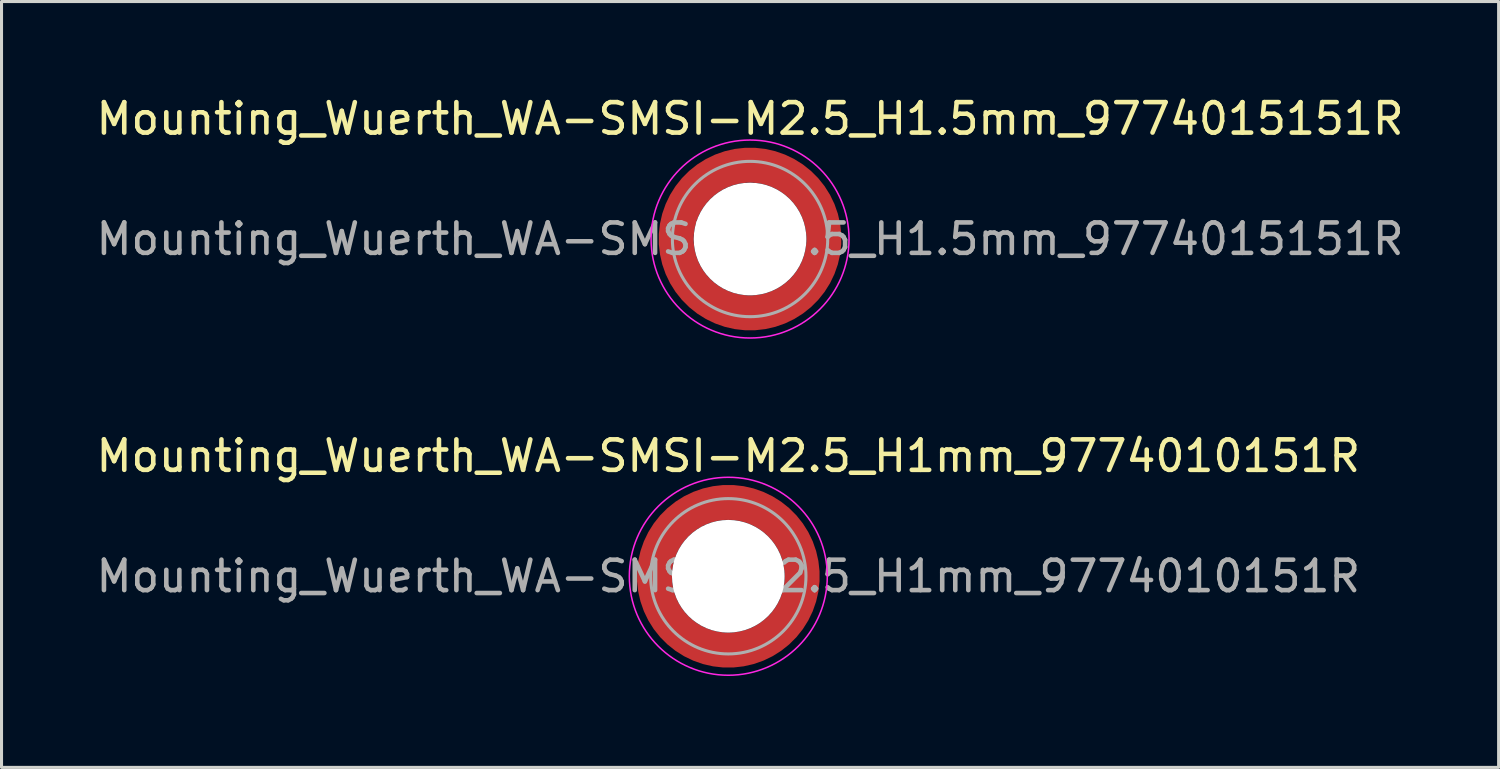
<source format=kicad_pcb>
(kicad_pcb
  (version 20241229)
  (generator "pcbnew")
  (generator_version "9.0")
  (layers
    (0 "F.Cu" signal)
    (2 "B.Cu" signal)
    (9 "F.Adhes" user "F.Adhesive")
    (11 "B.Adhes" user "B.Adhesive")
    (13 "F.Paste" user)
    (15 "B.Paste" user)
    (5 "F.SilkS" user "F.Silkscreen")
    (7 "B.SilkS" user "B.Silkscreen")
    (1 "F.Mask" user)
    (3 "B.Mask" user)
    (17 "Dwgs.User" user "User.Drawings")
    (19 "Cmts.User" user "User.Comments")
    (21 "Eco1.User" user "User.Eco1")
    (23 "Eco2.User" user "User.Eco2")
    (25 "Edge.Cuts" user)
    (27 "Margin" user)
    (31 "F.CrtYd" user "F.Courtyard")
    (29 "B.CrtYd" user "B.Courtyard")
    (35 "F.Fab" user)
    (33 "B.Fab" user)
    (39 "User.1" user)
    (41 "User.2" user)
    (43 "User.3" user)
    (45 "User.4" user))
  (footprint "Mounting_Wuerth_WA-SMSI-M2.5_H1.5mm_9774015151R"
    (layer "F.Cu")
    (at 21.577 4.798)
    (property "Reference" "Mounting_Wuerth_WA-SMSI-M2.5_H1.5mm_9774015151R" (at 0 -3.95 0) (layer "F.SilkS") (effects (font (size 1 1) (thickness 0.15))))
    (attr smd allow_soldermask_bridges)
    (fp_circle (center 0 0) (end 3.25 0) (stroke (width 0.05) (type solid)) (fill no) (layer "F.CrtYd"))
    (fp_circle (center 0 0) (end 2.55 0) (stroke (width 0.1) (type solid)) (fill no) (layer "F.Fab"))
    (fp_text user "${REFERENCE}" (at 0 0 0) (layer "F.Fab") (effects (font (size 1 1) (thickness 0.15))))
    (pad "" smd custom (at -1.704 -1.704) (size 0.51 0.51) (layers "F.Paste") (options (anchor circle)) (primitives (gr_arc (start -0.250195 1.279127) (mid 0.289914 0.289914) (end 1.279127 -0.250195) (width 0.2)) (gr_arc (start -0.34334 1.279127) (mid 0.225488 0.225488) (end 1.279127 -0.34334) (width 0.2)) (gr_arc (start -0.436309 1.279127) (mid 0.161063 0.161063) (end 1.279127 -0.436309) (width 0.2)) (gr_arc (start -0.529126 1.279127) (mid 0.096638 0.096638) (end 1.279127 -0.529126) (width 0.2)) (gr_arc (start -0.621807 1.279127) (mid 0.032213 0.032213) (end 1.279127 -0.621807) (width 0.2)) (gr_arc (start -0.71437 1.279127) (mid -0.032213 -0.032213) (end 1.279127 -0.71437) (width 0.2)) (gr_arc (start -0.806826 1.279127) (mid -0.096638 -0.096638) (end 1.279127 -0.806826) (width 0.2)) (gr_arc (start -0.899187 1.279127) (mid -0.161063 -0.161063) (end 1.279127 -0.899187) (width 0.2)) (gr_arc (start -0.991463 1.279127) (mid -0.225488 -0.225488) (end 1.279127 -0.991463) (width 0.2)) (gr_arc (start -1.083663 1.279127) (mid -0.289914 -0.289914) (end 1.279127 -1.083663) (width 0.2)) (gr_line (start 1.279 -0.25) (end 1.279 -1.084) (width 0.2)) (gr_line (start -0.25 1.279) (end -1.084 1.279) (width 0.2))))
    (pad "" smd custom (at -1.704 1.704) (size 0.51 0.51) (layers "F.Paste") (options (anchor circle)) (primitives (gr_arc (start 1.279127 0.250195) (mid 0.289914 -0.289914) (end -0.250195 -1.279127) (width 0.2)) (gr_arc (start 1.279127 0.34334) (mid 0.225488 -0.225488) (end -0.34334 -1.279127) (width 0.2)) (gr_arc (start 1.279127 0.436309) (mid 0.161063 -0.161063) (end -0.436309 -1.279127) (width 0.2)) (gr_arc (start 1.279127 0.529126) (mid 0.096638 -0.096638) (end -0.529126 -1.279127) (width 0.2)) (gr_arc (start 1.279127 0.621807) (mid 0.032213 -0.032213) (end -0.621807 -1.279127) (width 0.2)) (gr_arc (start 1.279127 0.71437) (mid -0.032213 0.032213) (end -0.71437 -1.279127) (width 0.2)) (gr_arc (start 1.279127 0.806826) (mid -0.096638 0.096638) (end -0.806826 -1.279127) (width 0.2)) (gr_arc (start 1.279127 0.899187) (mid -0.161063 0.161063) (end -0.899187 -1.279127) (width 0.2)) (gr_arc (start 1.279127 0.991463) (mid -0.225488 0.225488) (end -0.991463 -1.279127) (width 0.2)) (gr_arc (start 1.279127 1.083663) (mid -0.289914 0.289914) (end -1.083663 -1.279127) (width 0.2)) (gr_line (start -0.25 -1.279) (end -1.084 -1.279) (width 0.2)) (gr_line (start 1.279 0.25) (end 1.279 1.084) (width 0.2))))
    (pad "" np_thru_hole circle (at 0 0) (size 3.7 3.7) (drill 3.7) (layers "*.Cu" "*.Mask"))
    (pad "" smd custom (at 1.704 -1.704) (size 0.51 0.51) (layers "F.Paste") (options (anchor circle)) (primitives (gr_arc (start -1.279127 -0.250195) (mid -0.289914 0.289914) (end 0.250195 1.279127) (width 0.2)) (gr_arc (start -1.279127 -0.34334) (mid -0.225488 0.225488) (end 0.34334 1.279127) (width 0.2)) (gr_arc (start -1.279127 -0.436309) (mid -0.161063 0.161063) (end 0.436309 1.279127) (width 0.2)) (gr_arc (start -1.279127 -0.529126) (mid -0.096638 0.096638) (end 0.529126 1.279127) (width 0.2)) (gr_arc (start -1.279127 -0.621807) (mid -0.032213 0.032213) (end 0.621807 1.279127) (width 0.2)) (gr_arc (start -1.279127 -0.71437) (mid 0.032213 -0.032213) (end 0.71437 1.279127) (width 0.2)) (gr_arc (start -1.279127 -0.806826) (mid 0.096638 -0.096638) (end 0.806826 1.279127) (width 0.2)) (gr_arc (start -1.279127 -0.899187) (mid 0.161063 -0.161063) (end 0.899187 1.279127) (width 0.2)) (gr_arc (start -1.279127 -0.991463) (mid 0.225488 -0.225488) (end 0.991463 1.279127) (width 0.2)) (gr_arc (start -1.279127 -1.083663) (mid 0.289914 -0.289914) (end 1.083663 1.279127) (width 0.2)) (gr_line (start 0.25 1.279) (end 1.084 1.279) (width 0.2)) (gr_line (start -1.279 -0.25) (end -1.279 -1.084) (width 0.2))))
    (pad "" smd custom (at 1.704 1.704) (size 0.51 0.51) (layers "F.Paste") (options (anchor circle)) (primitives (gr_arc (start 0.250195 -1.279127) (mid -0.289914 -0.289914) (end -1.279127 0.250195) (width 0.2)) (gr_arc (start 0.34334 -1.279127) (mid -0.225488 -0.225488) (end -1.279127 0.34334) (width 0.2)) (gr_arc (start 0.436309 -1.279127) (mid -0.161063 -0.161063) (end -1.279127 0.436309) (width 0.2)) (gr_arc (start 0.529126 -1.279127) (mid -0.096638 -0.096638) (end -1.279127 0.529126) (width 0.2)) (gr_arc (start 0.621807 -1.279127) (mid -0.032213 -0.032213) (end -1.279127 0.621807) (width 0.2)) (gr_arc (start 0.71437 -1.279127) (mid 0.032213 0.032213) (end -1.279127 0.71437) (width 0.2)) (gr_arc (start 0.806826 -1.279127) (mid 0.096638 0.096638) (end -1.279127 0.806826) (width 0.2)) (gr_arc (start 0.899187 -1.279127) (mid 0.161063 0.161063) (end -1.279127 0.899187) (width 0.2)) (gr_arc (start 0.991463 -1.279127) (mid 0.225488 0.225488) (end -1.279127 0.991463) (width 0.2)) (gr_arc (start 1.083663 -1.279127) (mid 0.289914 0.289914) (end -1.279127 1.083663) (width 0.2)) (gr_line (start -1.279 0.25) (end -1.279 1.084) (width 0.2)) (gr_line (start 0.25 -1.279) (end 1.084 -1.279) (width 0.2))))
    (pad "1" smd circle (at -2.425 0) (size 0.642 0.642) (layers "F.Cu"))
    (pad "1" smd circle (at 0 -2.425) (size 0.642 0.642) (layers "F.Cu"))
    (pad "1" smd circle (at 0 2.425) (size 0.642 0.642) (layers "F.Cu"))
    (pad "1" smd custom (at 2.425 0) (size 1.15 1.15) (layers "F.Cu" "F.Mask") (options (anchor circle)) (primitives (gr_circle (center -2.425 0) (end 0 0) (width 1.15) (fill no)))))
  (footprint "Mounting_Wuerth_WA-SMSI-M2.5_H1mm_9774010151R"
    (layer "F.Cu")
    (at 20.863 15.871)
    (property "Reference" "Mounting_Wuerth_WA-SMSI-M2.5_H1mm_9774010151R" (at 0 -3.95 0) (layer "F.SilkS") (effects (font (size 1 1) (thickness 0.15))))
    (attr smd allow_soldermask_bridges)
    (fp_circle (center 0 0) (end 3.25 0) (stroke (width 0.05) (type solid)) (fill no) (layer "F.CrtYd"))
    (fp_circle (center 0 0) (end 2.55 0) (stroke (width 0.1) (type solid)) (fill no) (layer "F.Fab"))
    (fp_text user "${REFERENCE}" (at 0 0 0) (layer "F.Fab") (effects (font (size 1 1) (thickness 0.15))))
    (pad "" smd custom (at -1.704 -1.704) (size 0.51 0.51) (layers "F.Paste") (options (anchor circle)) (primitives (gr_arc (start -0.250195 1.279127) (mid 0.289914 0.289914) (end 1.279127 -0.250195) (width 0.2)) (gr_arc (start -0.34334 1.279127) (mid 0.225488 0.225488) (end 1.279127 -0.34334) (width 0.2)) (gr_arc (start -0.436309 1.279127) (mid 0.161063 0.161063) (end 1.279127 -0.436309) (width 0.2)) (gr_arc (start -0.529126 1.279127) (mid 0.096638 0.096638) (end 1.279127 -0.529126) (width 0.2)) (gr_arc (start -0.621807 1.279127) (mid 0.032213 0.032213) (end 1.279127 -0.621807) (width 0.2)) (gr_arc (start -0.71437 1.279127) (mid -0.032213 -0.032213) (end 1.279127 -0.71437) (width 0.2)) (gr_arc (start -0.806826 1.279127) (mid -0.096638 -0.096638) (end 1.279127 -0.806826) (width 0.2)) (gr_arc (start -0.899187 1.279127) (mid -0.161063 -0.161063) (end 1.279127 -0.899187) (width 0.2)) (gr_arc (start -0.991463 1.279127) (mid -0.225488 -0.225488) (end 1.279127 -0.991463) (width 0.2)) (gr_arc (start -1.083663 1.279127) (mid -0.289914 -0.289914) (end 1.279127 -1.083663) (width 0.2)) (gr_line (start 1.279 -0.25) (end 1.279 -1.084) (width 0.2)) (gr_line (start -0.25 1.279) (end -1.084 1.279) (width 0.2))))
    (pad "" smd custom (at -1.704 1.704) (size 0.51 0.51) (layers "F.Paste") (options (anchor circle)) (primitives (gr_arc (start 1.279127 0.250195) (mid 0.289914 -0.289914) (end -0.250195 -1.279127) (width 0.2)) (gr_arc (start 1.279127 0.34334) (mid 0.225488 -0.225488) (end -0.34334 -1.279127) (width 0.2)) (gr_arc (start 1.279127 0.436309) (mid 0.161063 -0.161063) (end -0.436309 -1.279127) (width 0.2)) (gr_arc (start 1.279127 0.529126) (mid 0.096638 -0.096638) (end -0.529126 -1.279127) (width 0.2)) (gr_arc (start 1.279127 0.621807) (mid 0.032213 -0.032213) (end -0.621807 -1.279127) (width 0.2)) (gr_arc (start 1.279127 0.71437) (mid -0.032213 0.032213) (end -0.71437 -1.279127) (width 0.2)) (gr_arc (start 1.279127 0.806826) (mid -0.096638 0.096638) (end -0.806826 -1.279127) (width 0.2)) (gr_arc (start 1.279127 0.899187) (mid -0.161063 0.161063) (end -0.899187 -1.279127) (width 0.2)) (gr_arc (start 1.279127 0.991463) (mid -0.225488 0.225488) (end -0.991463 -1.279127) (width 0.2)) (gr_arc (start 1.279127 1.083663) (mid -0.289914 0.289914) (end -1.083663 -1.279127) (width 0.2)) (gr_line (start -0.25 -1.279) (end -1.084 -1.279) (width 0.2)) (gr_line (start 1.279 0.25) (end 1.279 1.084) (width 0.2))))
    (pad "" np_thru_hole circle (at 0 0) (size 3.7 3.7) (drill 3.7) (layers "*.Cu" "*.Mask"))
    (pad "" smd custom (at 1.704 -1.704) (size 0.51 0.51) (layers "F.Paste") (options (anchor circle)) (primitives (gr_arc (start -1.279127 -0.250195) (mid -0.289914 0.289914) (end 0.250195 1.279127) (width 0.2)) (gr_arc (start -1.279127 -0.34334) (mid -0.225488 0.225488) (end 0.34334 1.279127) (width 0.2)) (gr_arc (start -1.279127 -0.436309) (mid -0.161063 0.161063) (end 0.436309 1.279127) (width 0.2)) (gr_arc (start -1.279127 -0.529126) (mid -0.096638 0.096638) (end 0.529126 1.279127) (width 0.2)) (gr_arc (start -1.279127 -0.621807) (mid -0.032213 0.032213) (end 0.621807 1.279127) (width 0.2)) (gr_arc (start -1.279127 -0.71437) (mid 0.032213 -0.032213) (end 0.71437 1.279127) (width 0.2)) (gr_arc (start -1.279127 -0.806826) (mid 0.096638 -0.096638) (end 0.806826 1.279127) (width 0.2)) (gr_arc (start -1.279127 -0.899187) (mid 0.161063 -0.161063) (end 0.899187 1.279127) (width 0.2)) (gr_arc (start -1.279127 -0.991463) (mid 0.225488 -0.225488) (end 0.991463 1.279127) (width 0.2)) (gr_arc (start -1.279127 -1.083663) (mid 0.289914 -0.289914) (end 1.083663 1.279127) (width 0.2)) (gr_line (start 0.25 1.279) (end 1.084 1.279) (width 0.2)) (gr_line (start -1.279 -0.25) (end -1.279 -1.084) (width 0.2))))
    (pad "" smd custom (at 1.704 1.704) (size 0.51 0.51) (layers "F.Paste") (options (anchor circle)) (primitives (gr_arc (start 0.250195 -1.279127) (mid -0.289914 -0.289914) (end -1.279127 0.250195) (width 0.2)) (gr_arc (start 0.34334 -1.279127) (mid -0.225488 -0.225488) (end -1.279127 0.34334) (width 0.2)) (gr_arc (start 0.436309 -1.279127) (mid -0.161063 -0.161063) (end -1.279127 0.436309) (width 0.2)) (gr_arc (start 0.529126 -1.279127) (mid -0.096638 -0.096638) (end -1.279127 0.529126) (width 0.2)) (gr_arc (start 0.621807 -1.279127) (mid -0.032213 -0.032213) (end -1.279127 0.621807) (width 0.2)) (gr_arc (start 0.71437 -1.279127) (mid 0.032213 0.032213) (end -1.279127 0.71437) (width 0.2)) (gr_arc (start 0.806826 -1.279127) (mid 0.096638 0.096638) (end -1.279127 0.806826) (width 0.2)) (gr_arc (start 0.899187 -1.279127) (mid 0.161063 0.161063) (end -1.279127 0.899187) (width 0.2)) (gr_arc (start 0.991463 -1.279127) (mid 0.225488 0.225488) (end -1.279127 0.991463) (width 0.2)) (gr_arc (start 1.083663 -1.279127) (mid 0.289914 0.289914) (end -1.279127 1.083663) (width 0.2)) (gr_line (start -1.279 0.25) (end -1.279 1.084) (width 0.2)) (gr_line (start 0.25 -1.279) (end 1.084 -1.279) (width 0.2))))
    (pad "1" smd circle (at -2.425 0) (size 0.642 0.642) (layers "F.Cu"))
    (pad "1" smd circle (at 0 -2.425) (size 0.642 0.642) (layers "F.Cu"))
    (pad "1" smd circle (at 0 2.425) (size 0.642 0.642) (layers "F.Cu"))
    (pad "1" smd custom (at 2.425 0) (size 1.15 1.15) (layers "F.Cu" "F.Mask") (options (anchor circle)) (primitives (gr_circle (center -2.425 0) (end 0 0) (width 1.15) (fill no)))))
  (gr_rect
    (start -3 -3)
    (end 46.155 22.146)
    (stroke (width 0.1) (type default))
    (fill no)
    (layer "Edge.Cuts")))
</source>
